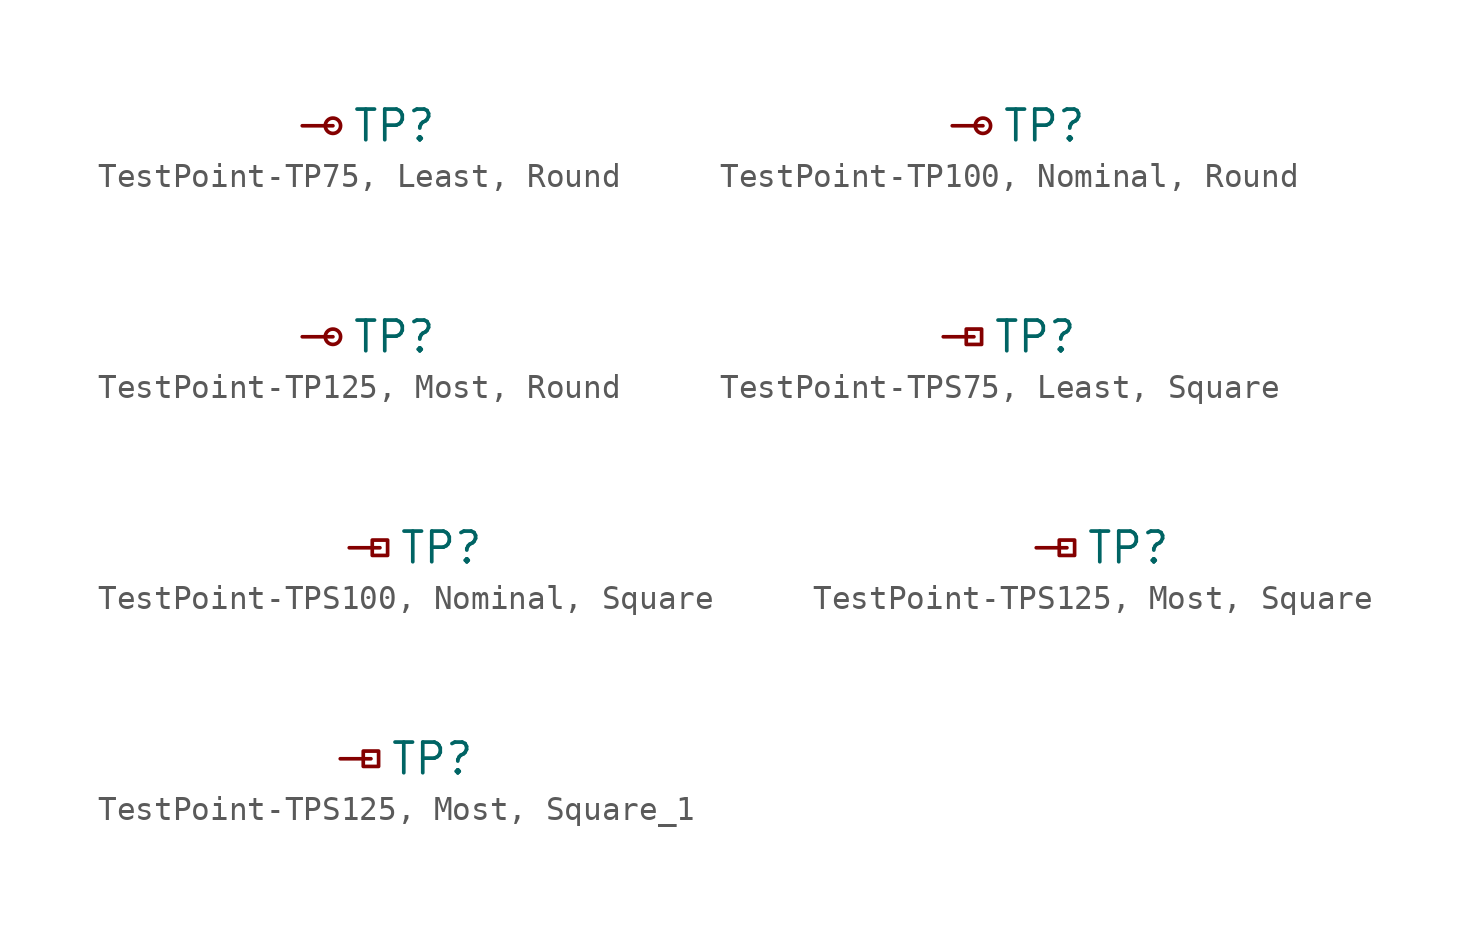
<source format=kicad_sym>
(kicad_symbol_lib
  (version 20231120)
  (generator "kicad_symbol_editor")
  (generator_version "8.0")
  (symbol "TestPoint-TP75, Least, Round"
    (pin_numbers hide)
    (pin_names
      (offset 1.016) hide)
    (property "Reference" "TP"
      (at 3.81 0 0)
      (effects (font (size 1.27 1.27))))
    (symbol "TestPoint-TP75, Least, Round_0_1"
      (circle (center 1.27 0) (radius 0.318) (stroke (width 0) (type default)) (fill (type none))))
    (symbol "TestPoint-TP75, Least, Round_1_1"
      (pin passive line (at 0 0 0) (length 1.27) (name "1" (effects (font (size 1.27 1.27)))) (number "1" (effects (font (size 1.27 1.27)))))))
  (symbol "TestPoint-TP100, Nominal, Round"
    (pin_numbers hide)
    (pin_names
      (offset 1.016) hide)
    (property "Reference" "TP"
      (at 3.81 0 0)
      (effects (font (size 1.27 1.27))))
    (symbol "TestPoint-TP100, Nominal, Round_0_1"
      (circle (center 1.27 0) (radius 0.318) (stroke (width 0) (type default)) (fill (type none))))
    (symbol "TestPoint-TP100, Nominal, Round_1_1"
      (pin passive line (at 0 0 0) (length 1.27) (name "1" (effects (font (size 1.27 1.27)))) (number "1" (effects (font (size 1.27 1.27)))))))
  (symbol "TestPoint-TP125, Most, Round"
    (pin_numbers hide)
    (pin_names
      (offset 1.016) hide)
    (property "Reference" "TP"
      (at 3.81 0 0)
      (effects (font (size 1.27 1.27))))
    (symbol "TestPoint-TP125, Most, Round_0_1"
      (circle (center 1.27 0) (radius 0.318) (stroke (width 0) (type default)) (fill (type none))))
    (symbol "TestPoint-TP125, Most, Round_1_1"
      (pin passive line (at 0 0 0) (length 1.27) (name "1" (effects (font (size 1.27 1.27)))) (number "1" (effects (font (size 1.27 1.27)))))))
  (symbol "TestPoint-TPS75, Least, Square"
    (pin_numbers hide)
    (pin_names
      (offset 1.016) hide)
    (property "Reference" "TP"
      (at 3.81 0 0)
      (effects (font (size 1.27 1.27))))
    (symbol "TestPoint-TPS75, Least, Square_0_1"
      (rectangle (start 0.953 0.318) (end 1.588 -0.318) (stroke (width 0) (type default)) (fill (type none))))
    (symbol "TestPoint-TPS75, Least, Square_1_1"
      (pin passive line (at 0 0 0) (length 1.27) (name "1" (effects (font (size 1.27 1.27)))) (number "1" (effects (font (size 1.27 1.27)))))))
  (symbol "TestPoint-TPS100, Nominal, Square"
    (pin_numbers hide)
    (pin_names
      (offset 1.016) hide)
    (property "Reference" "TP"
      (at 3.81 0 0)
      (effects (font (size 1.27 1.27))))
    (symbol "TestPoint-TPS100, Nominal, Square_0_1"
      (rectangle (start 0.953 0.318) (end 1.588 -0.318) (stroke (width 0) (type default)) (fill (type none))))
    (symbol "TestPoint-TPS100, Nominal, Square_1_1"
      (pin passive line (at 0 0 0) (length 1.27) (name "1" (effects (font (size 1.27 1.27)))) (number "1" (effects (font (size 1.27 1.27)))))))
  (symbol "TestPoint-TPS125, Most, Square"
    (pin_numbers hide)
    (pin_names
      (offset 1.016) hide)
    (property "Reference" "TP"
      (at 3.81 0 0)
      (effects (font (size 1.27 1.27))))
    (symbol "TestPoint-TPS125, Most, Square_0_1"
      (rectangle (start 0.953 0.318) (end 1.588 -0.318) (stroke (width 0) (type default)) (fill (type none))))
    (symbol "TestPoint-TPS125, Most, Square_1_1"
      (pin passive line (at 0 0 0) (length 1.27) (name "1" (effects (font (size 1.27 1.27)))) (number "1" (effects (font (size 1.27 1.27)))))))
  (symbol "TestPoint-TPS125, Most, Square_1"
    (pin_numbers hide)
    (pin_names
      (offset 1.016) hide)
    (property "Reference" "TP"
      (at 3.81 0 0)
      (effects (font (size 1.27 1.27))))
    (symbol "TestPoint-TPS125, Most, Square_1_0_1"
      (rectangle (start 0.953 0.318) (end 1.588 -0.318) (stroke (width 0) (type default)) (fill (type none))))
    (symbol "TestPoint-TPS125, Most, Square_1_1_1"
      (pin passive line (at 0 0 0) (length 1.27) (name "1" (effects (font (size 1.27 1.27)))) (number "1" (effects (font (size 1.27 1.27))))))))
</source>
